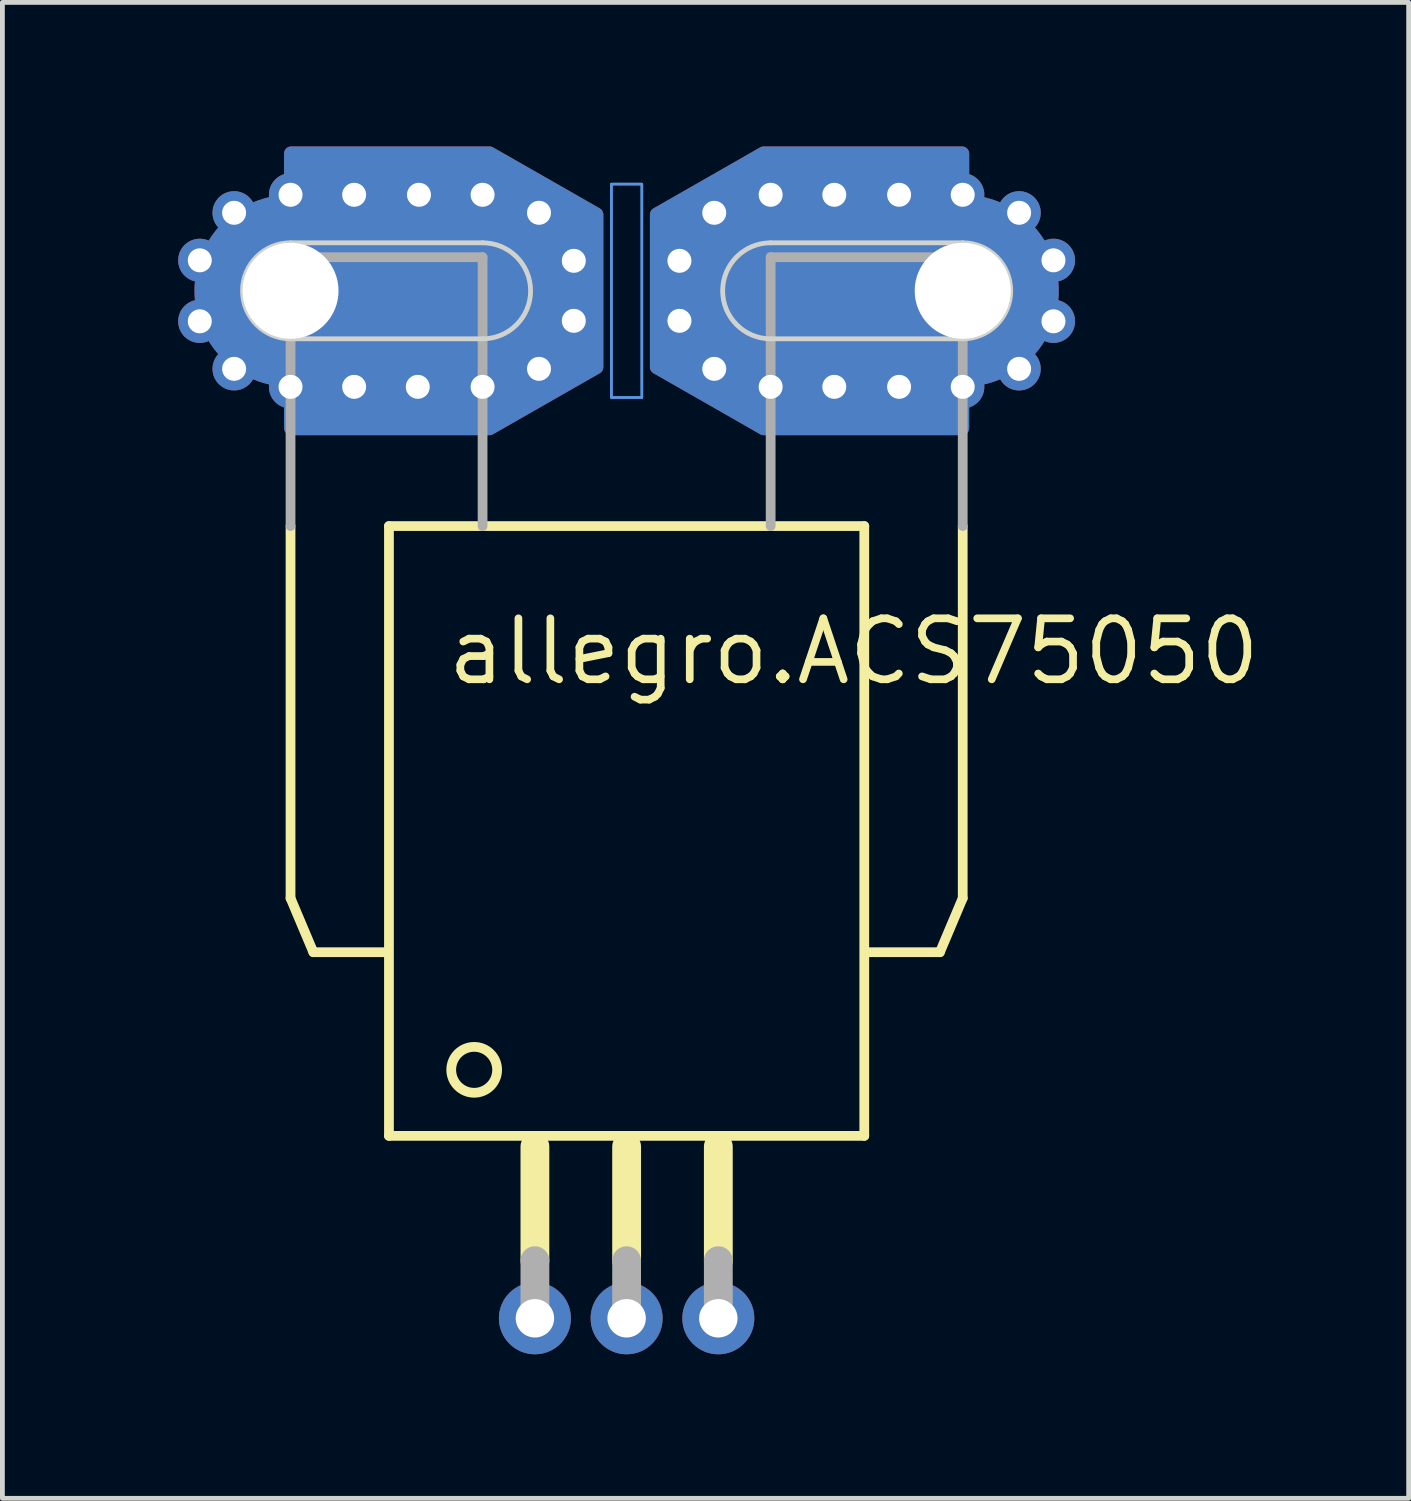
<source format=kicad_pcb>
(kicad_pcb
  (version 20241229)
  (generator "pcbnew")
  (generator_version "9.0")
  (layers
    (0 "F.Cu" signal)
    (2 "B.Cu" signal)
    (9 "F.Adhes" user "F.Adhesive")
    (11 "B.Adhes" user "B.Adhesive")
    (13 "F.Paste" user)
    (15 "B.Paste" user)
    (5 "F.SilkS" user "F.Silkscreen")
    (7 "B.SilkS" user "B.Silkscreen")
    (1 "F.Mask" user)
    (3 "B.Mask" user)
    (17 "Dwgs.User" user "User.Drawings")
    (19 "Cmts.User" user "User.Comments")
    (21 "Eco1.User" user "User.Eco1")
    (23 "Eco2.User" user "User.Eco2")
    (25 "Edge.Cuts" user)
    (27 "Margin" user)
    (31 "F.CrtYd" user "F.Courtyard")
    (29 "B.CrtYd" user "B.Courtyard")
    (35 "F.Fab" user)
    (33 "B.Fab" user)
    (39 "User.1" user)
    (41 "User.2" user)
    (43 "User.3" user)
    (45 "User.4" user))
  (footprint "allegro.ACS75050"
    (layer "F.Cu")
    (at 10.001 3.007)
    (property "Reference" "allegro.ACS75050" (at -3.81 8.255 0) (layer "F.SilkS") (effects (font (size 1.27 1.27) (thickness 0.16)) (justify left bottom)))
    (attr through_hole)
    (fp_poly (pts (xy -0.635 -1.587) (xy -0.635 1.587) (xy -2.857 2.857) (xy -6.985 2.857) (xy -6.985 -2.857) (xy -2.857 -2.857)) (stroke (width 0.3) (type default)) (fill yes) (layer "F.Cu"))
    (fp_poly (pts (xy 0.635 1.587) (xy 0.635 -1.587) (xy 2.857 -2.857) (xy 6.985 -2.857) (xy 6.985 2.857) (xy 2.857 2.857)) (stroke (width 0.3) (type default)) (fill yes) (layer "F.Cu"))
    (fp_poly (pts (xy -0.635 -1.587) (xy -0.635 1.587) (xy -2.857 2.857) (xy -6.985 2.857) (xy -6.985 -2.857) (xy -2.857 -2.857)) (stroke (width 0.3) (type default)) (fill yes) (layer "B.Cu"))
    (fp_poly (pts (xy 0.635 1.587) (xy 0.635 -1.587) (xy 2.857 -2.857) (xy 6.985 -2.857) (xy 6.985 2.857) (xy 2.857 2.857)) (stroke (width 0.3) (type default)) (fill yes) (layer "B.Cu"))
    (fp_line (start -7 4.9) (end -7 12.65) (stroke (width 0.203) (type default)) (layer "F.SilkS"))
    (fp_line (start -6.525 13.775) (end -7 12.65) (stroke (width 0.203) (type default)) (layer "F.SilkS"))
    (fp_line (start -6.525 13.775) (end -5.025 13.775) (stroke (width 0.203) (type default)) (layer "F.SilkS"))
    (fp_line (start -4.95 4.9) (end -4.95 17.6) (stroke (width 0.203) (type default)) (layer "F.SilkS"))
    (fp_line (start -4.95 4.9) (end 4.95 4.9) (stroke (width 0.203) (type default)) (layer "F.SilkS"))
    (fp_line (start -4.95 17.6) (end 4.95 17.6) (stroke (width 0.203) (type default)) (layer "F.SilkS"))
    (fp_line (start -1.91 20.2) (end -1.91 17.825) (stroke (width 0.6) (type default)) (layer "F.SilkS"))
    (fp_line (start 0 20.2) (end 0 17.825) (stroke (width 0.6) (type default)) (layer "F.SilkS"))
    (fp_line (start 1.91 20.2) (end 1.91 17.825) (stroke (width 0.6) (type default)) (layer "F.SilkS"))
    (fp_line (start 4.95 17.6) (end 4.95 4.9) (stroke (width 0.203) (type default)) (layer "F.SilkS"))
    (fp_line (start 6.525 13.775) (end 5 13.775) (stroke (width 0.203) (type default)) (layer "F.SilkS"))
    (fp_line (start 6.525 13.775) (end 7 12.65) (stroke (width 0.203) (type default)) (layer "F.SilkS"))
    (fp_line (start 7 4.9) (end 7 12.65) (stroke (width 0.203) (type default)) (layer "F.SilkS"))
    (fp_circle (center -3.175 16.225) (end -2.697 16.225) (stroke (width 0.203) (type default)) (fill no) (layer "F.SilkS"))
    (fp_line (start -7 -3) (end -3 -3) (stroke (width 0.001) (type default)) (layer "Cmts.User"))
    (fp_line (start -7 3) (end -3 3) (stroke (width 0.001) (type default)) (layer "Cmts.User"))
    (fp_line (start -0.5 -1.65) (end -0.5 1.65) (stroke (width 0.001) (type default)) (layer "Cmts.User"))
    (fp_line (start 0.5 -1.65) (end 0.5 1.65) (stroke (width 0.001) (type default)) (layer "Cmts.User"))
    (fp_line (start 7 -3) (end 3 -3) (stroke (width 0.001) (type default)) (layer "Cmts.User"))
    (fp_line (start 7 3) (end 3 3) (stroke (width 0.001) (type default)) (layer "Cmts.User"))
    (fp_rect (start -0.318 2.223) (end 0.318 -2.223) (stroke (width 0.05) (type default)) (fill no) (layer "Cmts.User"))
    (fp_rect (start -0.318 2.223) (end 0.318 -2.223) (stroke (width 0.05) (type default)) (fill no) (layer "Cmts.User"))
    (fp_rect (start -0.318 2.223) (end 0.318 -2.223) (stroke (width 0.05) (type default)) (fill no) (layer "Cmts.User"))
    (fp_arc (start -7 3) (mid -10 0) (end -7 -3) (stroke (width 0.001) (type default)) (layer "Cmts.User"))
    (fp_arc (start -3 -3) (mid -1.579392 -2.640941) (end -0.5 -1.65) (stroke (width 0.001) (type default)) (layer "Cmts.User"))
    (fp_arc (start -0.5 1.65) (mid -1.579392 2.640941) (end -3 3) (stroke (width 0.001) (type default)) (layer "Cmts.User"))
    (fp_arc (start 0.5 -1.65) (mid 1.579392 -2.640941) (end 3 -3) (stroke (width 0.001) (type default)) (layer "Cmts.User"))
    (fp_arc (start 3 3) (mid 1.579392 2.640941) (end 0.5 1.65) (stroke (width 0.001) (type default)) (layer "Cmts.User"))
    (fp_arc (start 7 -3) (mid 10 0) (end 7 3) (stroke (width 0.001) (type default)) (layer "Cmts.User"))
    (fp_circle (center -8.902 -0.618) (end -8.652 -0.618) (stroke (width 0.001) (type default)) (fill no) (layer "Cmts.User"))
    (fp_circle (center -8.902 0.618) (end -8.652 0.618) (stroke (width 0.001) (type default)) (fill no) (layer "Cmts.User"))
    (fp_circle (center -8.176 1.618) (end -7.926 1.618) (stroke (width 0.001) (type default)) (fill no) (layer "Cmts.User"))
    (fp_circle (center -8.176 -1.618) (end -7.926 -1.618) (stroke (width 0.001) (type default)) (fill no) (layer "Cmts.User"))
    (fp_circle (center -7 -2) (end -6.75 -2) (stroke (width 0.001) (type default)) (fill no) (layer "Cmts.User"))
    (fp_circle (center -7 2) (end -6.75 2) (stroke (width 0.001) (type default)) (fill no) (layer "Cmts.User"))
    (fp_circle (center -5.667 2) (end -5.417 2) (stroke (width 0.001) (type default)) (fill no) (layer "Cmts.User"))
    (fp_circle (center -5.667 -2) (end -5.417 -2) (stroke (width 0.001) (type default)) (fill no) (layer "Cmts.User"))
    (fp_circle (center -4.333 2) (end -4.083 2) (stroke (width 0.001) (type default)) (fill no) (layer "Cmts.User"))
    (fp_circle (center -4.333 -2) (end -4.083 -2) (stroke (width 0.001) (type default)) (fill no) (layer "Cmts.User"))
    (fp_circle (center -3 -2) (end -2.75 -2) (stroke (width 0.001) (type default)) (fill no) (layer "Cmts.User"))
    (fp_circle (center -3 2) (end -2.75 2) (stroke (width 0.001) (type default)) (fill no) (layer "Cmts.User"))
    (fp_circle (center -1.824 1.618) (end -1.574 1.618) (stroke (width 0.001) (type default)) (fill no) (layer "Cmts.User"))
    (fp_circle (center -1.824 -1.618) (end -1.574 -1.618) (stroke (width 0.001) (type default)) (fill no) (layer "Cmts.User"))
    (fp_circle (center -1.098 -0.618) (end -0.848 -0.618) (stroke (width 0.001) (type default)) (fill no) (layer "Cmts.User"))
    (fp_circle (center -1.098 0.618) (end -0.848 0.618) (stroke (width 0.001) (type default)) (fill no) (layer "Cmts.User"))
    (fp_circle (center 1.098 -0.618) (end 1.348 -0.618) (stroke (width 0.001) (type default)) (fill no) (layer "Cmts.User"))
    (fp_circle (center 1.098 0.618) (end 1.348 0.618) (stroke (width 0.001) (type default)) (fill no) (layer "Cmts.User"))
    (fp_circle (center 1.824 1.618) (end 2.074 1.618) (stroke (width 0.001) (type default)) (fill no) (layer "Cmts.User"))
    (fp_circle (center 1.824 -1.618) (end 2.074 -1.618) (stroke (width 0.001) (type default)) (fill no) (layer "Cmts.User"))
    (fp_circle (center 3 -2) (end 3.25 -2) (stroke (width 0.001) (type default)) (fill no) (layer "Cmts.User"))
    (fp_circle (center 3 2) (end 3.25 2) (stroke (width 0.001) (type default)) (fill no) (layer "Cmts.User"))
    (fp_circle (center 4.333 2) (end 4.583 2) (stroke (width 0.001) (type default)) (fill no) (layer "Cmts.User"))
    (fp_circle (center 4.333 -2) (end 4.583 -2) (stroke (width 0.001) (type default)) (fill no) (layer "Cmts.User"))
    (fp_circle (center 5.667 2) (end 5.917 2) (stroke (width 0.001) (type default)) (fill no) (layer "Cmts.User"))
    (fp_circle (center 5.667 -2) (end 5.917 -2) (stroke (width 0.001) (type default)) (fill no) (layer "Cmts.User"))
    (fp_circle (center 7 -2) (end 7.25 -2) (stroke (width 0.001) (type default)) (fill no) (layer "Cmts.User"))
    (fp_circle (center 7 2) (end 7.25 2) (stroke (width 0.001) (type default)) (fill no) (layer "Cmts.User"))
    (fp_circle (center 8.176 1.618) (end 8.426 1.618) (stroke (width 0.001) (type default)) (fill no) (layer "Cmts.User"))
    (fp_circle (center 8.176 -1.618) (end 8.426 -1.618) (stroke (width 0.001) (type default)) (fill no) (layer "Cmts.User"))
    (fp_circle (center 8.902 -0.618) (end 9.152 -0.618) (stroke (width 0.001) (type default)) (fill no) (layer "Cmts.User"))
    (fp_circle (center 8.902 0.618) (end 9.152 0.618) (stroke (width 0.001) (type default)) (fill no) (layer "Cmts.User"))
    (fp_line (start -7 -1) (end -3 -1) (stroke (width 0.1) (type default)) (layer "Edge.Cuts"))
    (fp_line (start -3 1) (end -7 1) (stroke (width 0.1) (type default)) (layer "Edge.Cuts"))
    (fp_line (start 3 -1) (end 7 -1) (stroke (width 0.1) (type default)) (layer "Edge.Cuts"))
    (fp_line (start 7 1) (end 3 1) (stroke (width 0.1) (type default)) (layer "Edge.Cuts"))
    (fp_arc (start -7 1) (mid -8 0) (end -7 -1) (stroke (width 0.1) (type default)) (layer "Edge.Cuts"))
    (fp_arc (start -3 -1) (mid -2 0) (end -3 1) (stroke (width 0.1) (type default)) (layer "Edge.Cuts"))
    (fp_arc (start 3 1) (mid 2 0) (end 3 -1) (stroke (width 0.1) (type default)) (layer "Edge.Cuts"))
    (fp_arc (start 7 -1) (mid 8 0) (end 7 1) (stroke (width 0.1) (type default)) (layer "Edge.Cuts"))
    (fp_line (start -7 -0.7) (end -7 4.9) (stroke (width 0.203) (type default)) (layer "F.Fab"))
    (fp_line (start -7 -0.7) (end -3 -0.7) (stroke (width 0.203) (type default)) (layer "F.Fab"))
    (fp_line (start -3 -0.7) (end -3 4.9) (stroke (width 0.203) (type default)) (layer "F.Fab"))
    (fp_line (start -1.91 21.4) (end -1.91 20.2) (stroke (width 0.6) (type default)) (layer "F.Fab"))
    (fp_line (start 0 21.4) (end 0 20.2) (stroke (width 0.6) (type default)) (layer "F.Fab"))
    (fp_line (start 1.91 21.4) (end 1.91 20.2) (stroke (width 0.6) (type default)) (layer "F.Fab"))
    (fp_line (start 3 -0.7) (end 3 4.9) (stroke (width 0.203) (type default)) (layer "F.Fab"))
    (fp_line (start 7 -0.7) (end 3 -0.7) (stroke (width 0.203) (type default)) (layer "F.Fab"))
    (fp_line (start 7 4.9) (end 7 -0.7) (stroke (width 0.203) (type default)) (layer "F.Fab"))
    (pad "1" thru_hole circle (at -1.91 21.4) (size 1.5 1.5) (drill 0.8) (layers "*.Cu" "*.Mask"))
    (pad "2" thru_hole circle (at 0 21.4) (size 1.5 1.5) (drill 0.8) (layers "*.Cu" "*.Mask"))
    (pad "3" thru_hole circle (at 1.91 21.4) (size 1.5 1.5) (drill 0.8) (layers "*.Cu" "*.Mask"))
    (pad "IP+" thru_hole oval (at 7 0) (size 8 4) (drill 2 (offset -2 0)) (layers "*.Cu" "*.Mask"))
    (pad "IP+@2" thru_hole circle (at 8.89 0.635) (size 0.9 0.9) (drill 0.5) (layers "*.Cu" "*.Mask"))
    (pad "IP+@3" thru_hole circle (at 8.89 -0.635) (size 0.9 0.9) (drill 0.5) (layers "*.Cu" "*.Mask"))
    (pad "IP+@4" thru_hole circle (at 8.175 -1.625) (size 0.9 0.9) (drill 0.5) (layers "*.Cu" "*.Mask"))
    (pad "IP+@5" thru_hole circle (at 7 -2) (size 0.9 0.9) (drill 0.5) (layers "*.Cu" "*.Mask"))
    (pad "IP+@6" thru_hole circle (at 5.675 -2) (size 0.9 0.9) (drill 0.5) (layers "*.Cu" "*.Mask"))
    (pad "IP+@7" thru_hole circle (at 4.325 -2) (size 0.9 0.9) (drill 0.5) (layers "*.Cu" "*.Mask"))
    (pad "IP+@8" thru_hole circle (at 3 -2) (size 0.9 0.9) (drill 0.5) (layers "*.Cu" "*.Mask"))
    (pad "IP+@9" thru_hole circle (at 1.825 -1.625) (size 0.9 0.9) (drill 0.5) (layers "*.Cu" "*.Mask"))
    (pad "IP+@10" thru_hole circle (at 1.1 -0.625) (size 0.9 0.9) (drill 0.5) (layers "*.Cu" "*.Mask"))
    (pad "IP+@11" thru_hole circle (at 1.1 0.625) (size 0.9 0.9) (drill 0.5) (layers "*.Cu" "*.Mask"))
    (pad "IP+@12" thru_hole circle (at 1.825 1.625) (size 0.9 0.9) (drill 0.5) (layers "*.Cu" "*.Mask"))
    (pad "IP+@13" thru_hole circle (at 3 2) (size 0.9 0.9) (drill 0.5) (layers "*.Cu" "*.Mask"))
    (pad "IP+@14" thru_hole circle (at 4.325 2) (size 0.9 0.9) (drill 0.5) (layers "*.Cu" "*.Mask"))
    (pad "IP+@15" thru_hole circle (at 5.675 2) (size 0.9 0.9) (drill 0.5) (layers "*.Cu" "*.Mask"))
    (pad "IP+@16" thru_hole circle (at 7 2) (size 0.9 0.9) (drill 0.5) (layers "*.Cu" "*.Mask"))
    (pad "IP+@17" thru_hole circle (at 8.175 1.625) (size 0.9 0.9) (drill 0.5) (layers "*.Cu" "*.Mask"))
    (pad "IP-" thru_hole oval (at -7 0) (size 8 4) (drill 2 (offset 2 0)) (layers "*.Cu" "*.Mask"))
    (pad "IP-@2" thru_hole circle (at -8.89 0.635 180) (size 0.9 0.9) (drill 0.5) (layers "*.Cu" "*.Mask"))
    (pad "IP-@3" thru_hole circle (at -8.89 -0.635) (size 0.9 0.9) (drill 0.5) (layers "*.Cu" "*.Mask"))
    (pad "IP-@4" thru_hole circle (at -8.175 -1.625) (size 0.9 0.9) (drill 0.5) (layers "*.Cu" "*.Mask"))
    (pad "IP-@5" thru_hole circle (at -7 -2) (size 0.9 0.9) (drill 0.5) (layers "*.Cu" "*.Mask"))
    (pad "IP-@6" thru_hole circle (at -5.675 -2) (size 0.9 0.9) (drill 0.5) (layers "*.Cu" "*.Mask"))
    (pad "IP-@7" thru_hole circle (at -4.325 -2) (size 0.9 0.9) (drill 0.5) (layers "*.Cu" "*.Mask"))
    (pad "IP-@8" thru_hole circle (at -3 -2) (size 0.9 0.9) (drill 0.5) (layers "*.Cu" "*.Mask"))
    (pad "IP-@9" thru_hole circle (at -1.825 -1.625) (size 0.9 0.9) (drill 0.5) (layers "*.Cu" "*.Mask"))
    (pad "IP-@10" thru_hole circle (at -1.1 -0.625) (size 0.9 0.9) (drill 0.5) (layers "*.Cu" "*.Mask"))
    (pad "IP-@11" thru_hole circle (at -1.1 0.625) (size 0.9 0.9) (drill 0.5) (layers "*.Cu" "*.Mask"))
    (pad "IP-@12" thru_hole circle (at -1.825 1.625) (size 0.9 0.9) (drill 0.5) (layers "*.Cu" "*.Mask"))
    (pad "IP-@13" thru_hole circle (at -3 2) (size 0.9 0.9) (drill 0.5) (layers "*.Cu" "*.Mask"))
    (pad "IP-@14" thru_hole circle (at -4.35 2) (size 0.9 0.9) (drill 0.5) (layers "*.Cu" "*.Mask"))
    (pad "IP-@15" thru_hole circle (at -5.675 2) (size 0.9 0.9) (drill 0.5) (layers "*.Cu" "*.Mask"))
    (pad "IP-@16" thru_hole circle (at -7 2) (size 0.9 0.9) (drill 0.5) (layers "*.Cu" "*.Mask"))
    (pad "IP-@17" thru_hole circle (at -8.175 1.625) (size 0.9 0.9) (drill 0.5) (layers "*.Cu" "*.Mask")))
  (gr_rect
    (start -3 -3)
    (end 26.289 28.157)
    (stroke (width 0.1) (type default))
    (fill no)
    (layer "Edge.Cuts")))
</source>
